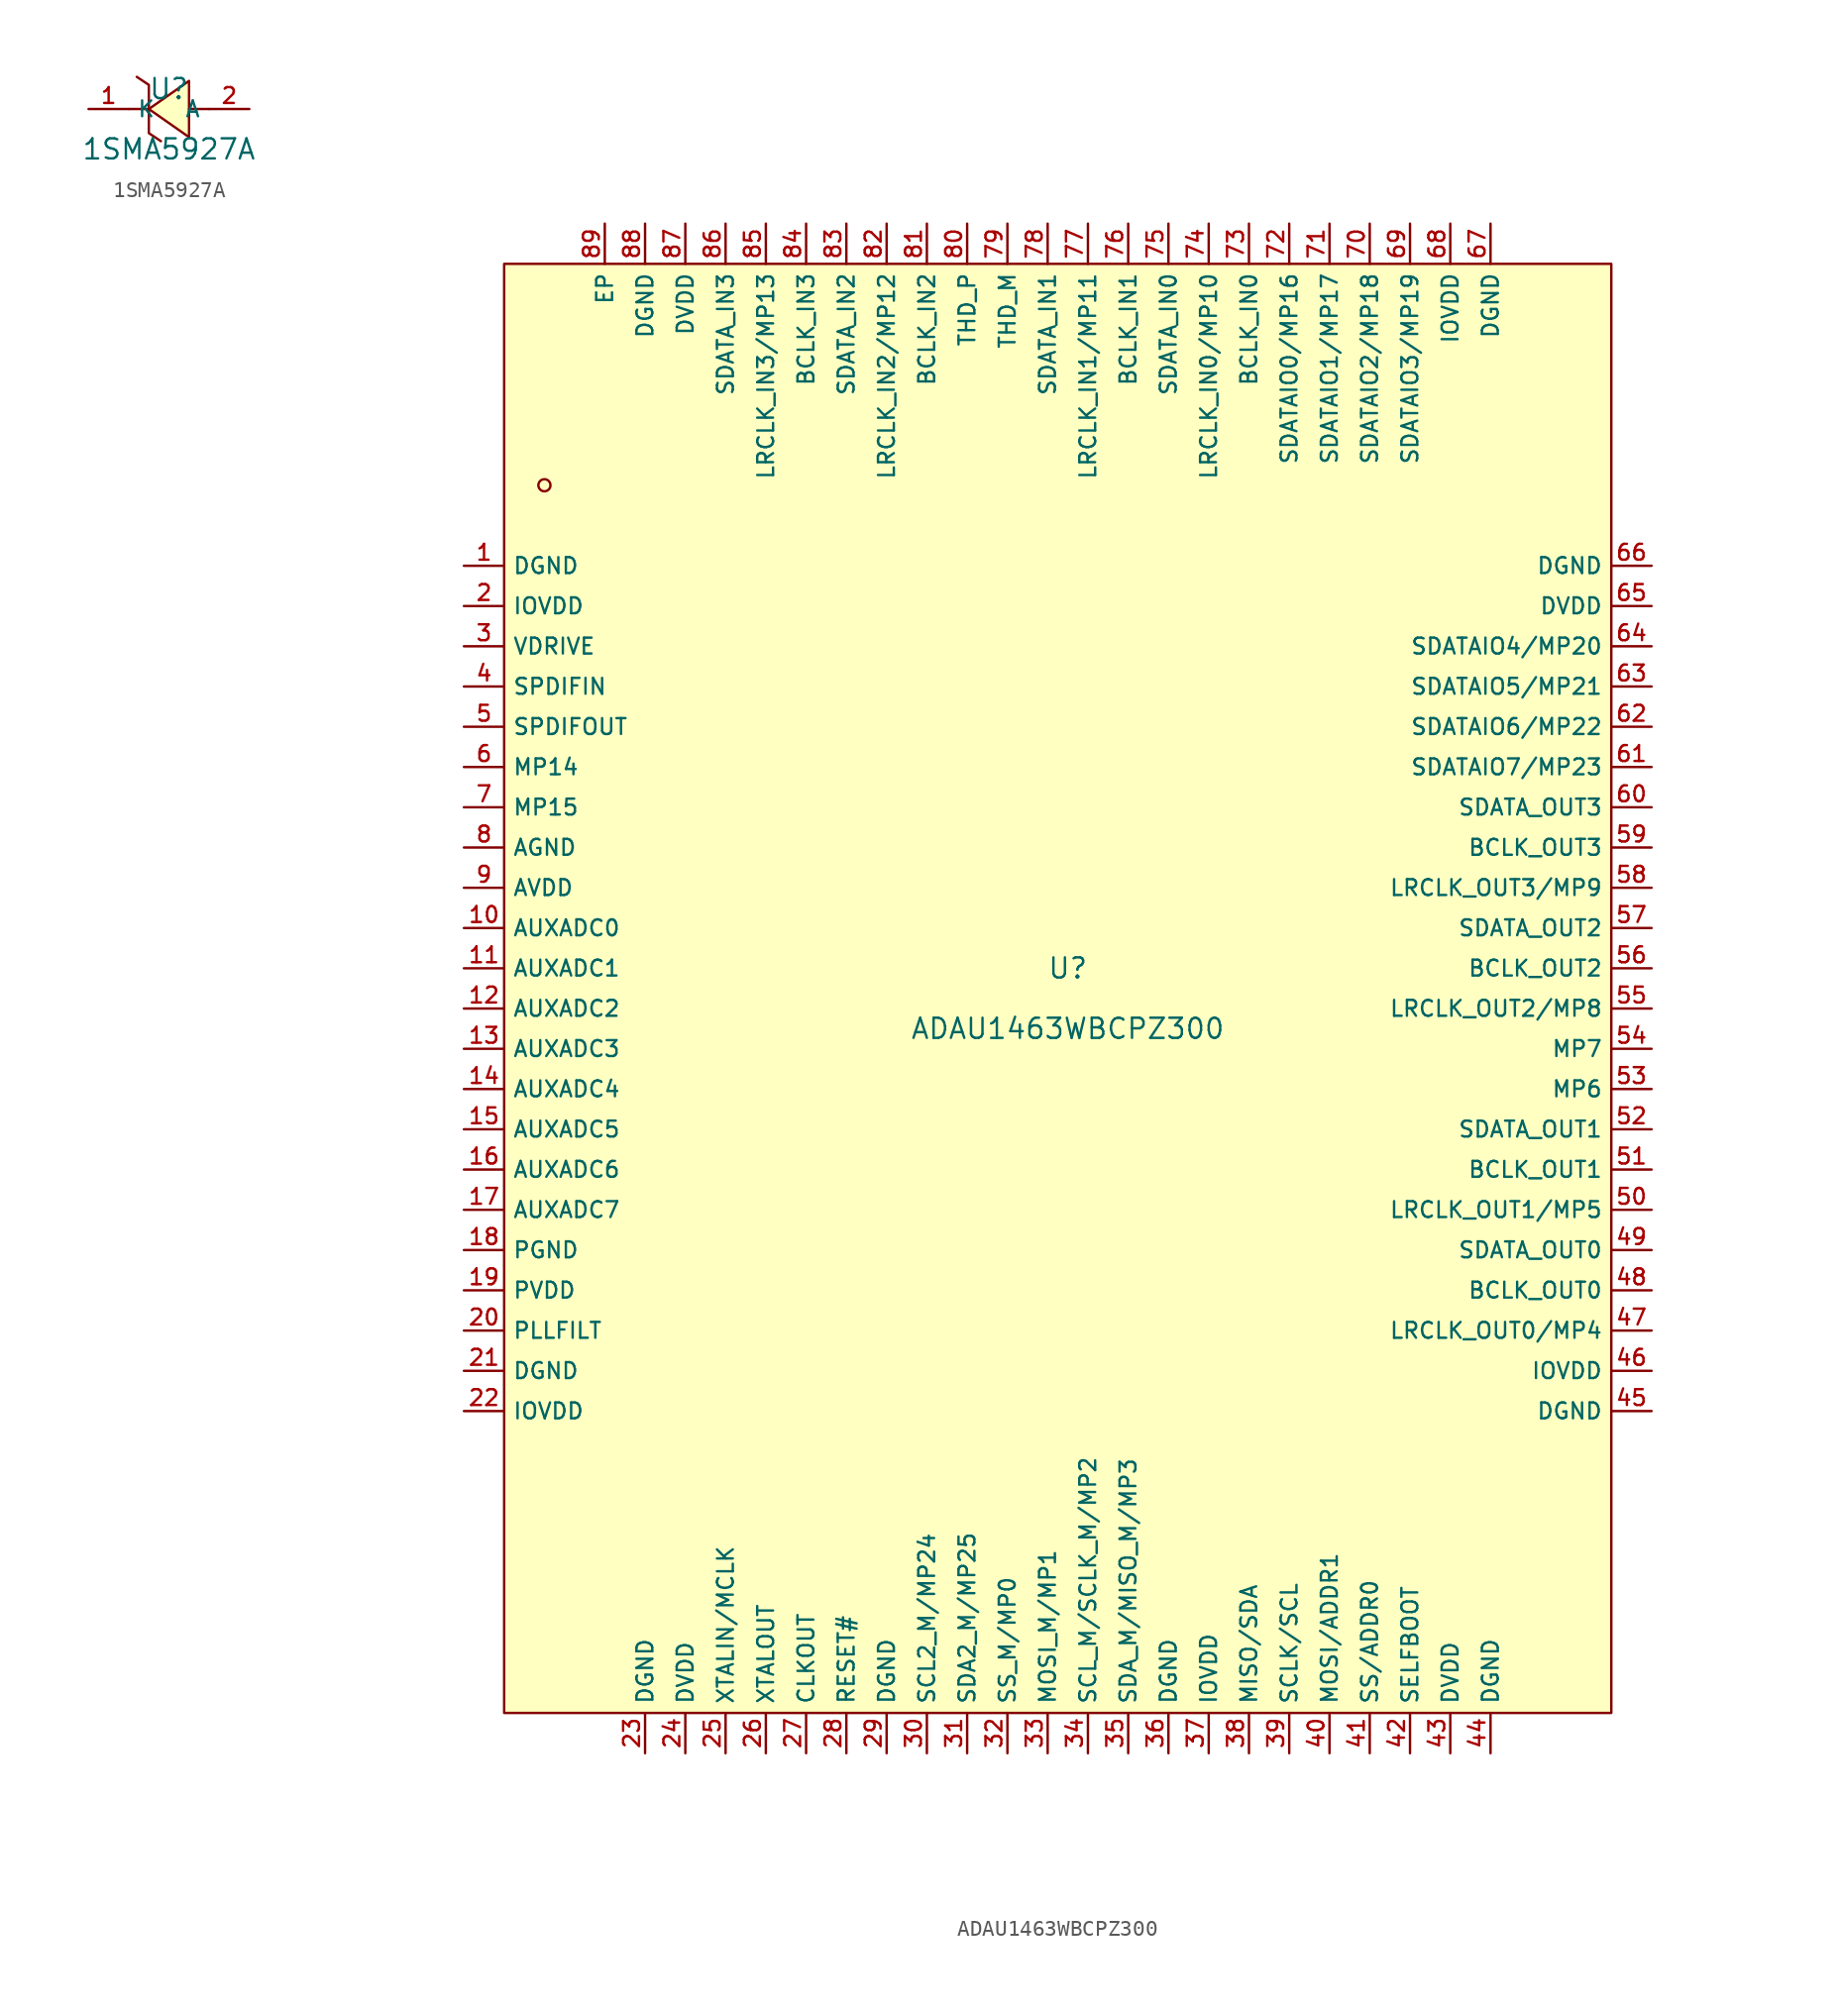
<source format=kicad_sym>
(kicad_symbol_lib
  (version 20231120)
  (generator "kicad_symbol_editor")
  (generator_version "8.0")
  (symbol "1SMA5927A"
    (property "Reference" "U"
      (at 0 1.27 0)
      (effects (font (size 1.27 1.27))))
    (property "Value" "1SMA5927A"
      (at 0 -2.54 0)
      (effects (font (size 1.27 1.27))))
    (symbol "1SMA5927A_0_1"
      (polyline (pts (xy -1.27 0) (xy -2.54 0)) (stroke (width 0) (type default)) (fill (type none)))
      (polyline (pts (xy 2.54 0) (xy 1.27 0)) (stroke (width 0) (type default)) (fill (type none)))
      (polyline (pts (xy -2.032 2.032) (xy -1.27 1.524) (xy -1.27 -1.524) (xy -0.508 -2.032)) (stroke (width 0) (type default)) (fill (type none)))
      (polyline (pts (xy 1.27 1.778) (xy -1.27 0) (xy 1.27 -1.778) (xy 1.27 1.778)) (stroke (width 0) (type default)) (fill (type background)))
      (pin unspecified line (at -5.08 0 0) (length 2.54) (name "K" (effects (font (size 1 1)))) (number "1" (effects (font (size 1 1)))))
      (pin unspecified line (at 5.08 0 180) (length 2.54) (name "A" (effects (font (size 1 1)))) (number "2" (effects (font (size 1 1)))))))
  (symbol "ADAU1463WBCPZ300"
    (property "Reference" "U"
      (at 0 1.27 0)
      (effects (font (size 1.27 1.27))))
    (property "Value" "ADAU1463WBCPZ300"
      (at 0 -2.54 0)
      (effects (font (size 1.27 1.27))))
    (symbol "ADAU1463WBCPZ300_0_1"
      (rectangle (start -35.56 45.72) (end 34.29 -45.72) (stroke (width 0) (type default)) (fill (type background)))
      (circle (center -33.02 31.75) (radius 0.381) (stroke (width 0) (type default)) (fill (type background)))
      (pin unspecified line (at -38.1 26.67 0) (length 2.54) (name "DGND" (effects (font (size 1 1)))) (number "1" (effects (font (size 1 1)))))
      (pin unspecified line (at -38.1 3.81 0) (length 2.54) (name "AUXADC0" (effects (font (size 1 1)))) (number "10" (effects (font (size 1 1)))))
      (pin unspecified line (at -38.1 1.27 0) (length 2.54) (name "AUXADC1" (effects (font (size 1 1)))) (number "11" (effects (font (size 1 1)))))
      (pin unspecified line (at -38.1 -1.27 0) (length 2.54) (name "AUXADC2" (effects (font (size 1 1)))) (number "12" (effects (font (size 1 1)))))
      (pin unspecified line (at -38.1 -3.81 0) (length 2.54) (name "AUXADC3" (effects (font (size 1 1)))) (number "13" (effects (font (size 1 1)))))
      (pin unspecified line (at -38.1 -6.35 0) (length 2.54) (name "AUXADC4" (effects (font (size 1 1)))) (number "14" (effects (font (size 1 1)))))
      (pin unspecified line (at -38.1 -8.89 0) (length 2.54) (name "AUXADC5" (effects (font (size 1 1)))) (number "15" (effects (font (size 1 1)))))
      (pin unspecified line (at -38.1 -11.43 0) (length 2.54) (name "AUXADC6" (effects (font (size 1 1)))) (number "16" (effects (font (size 1 1)))))
      (pin unspecified line (at -38.1 -13.97 0) (length 2.54) (name "AUXADC7" (effects (font (size 1 1)))) (number "17" (effects (font (size 1 1)))))
      (pin unspecified line (at -38.1 -16.51 0) (length 2.54) (name "PGND" (effects (font (size 1 1)))) (number "18" (effects (font (size 1 1)))))
      (pin unspecified line (at -38.1 -19.05 0) (length 2.54) (name "PVDD" (effects (font (size 1 1)))) (number "19" (effects (font (size 1 1)))))
      (pin unspecified line (at -38.1 24.13 0) (length 2.54) (name "IOVDD" (effects (font (size 1 1)))) (number "2" (effects (font (size 1 1)))))
      (pin unspecified line (at -38.1 -21.59 0) (length 2.54) (name "PLLFILT" (effects (font (size 1 1)))) (number "20" (effects (font (size 1 1)))))
      (pin unspecified line (at -38.1 -24.13 0) (length 2.54) (name "DGND" (effects (font (size 1 1)))) (number "21" (effects (font (size 1 1)))))
      (pin unspecified line (at -38.1 -26.67 0) (length 2.54) (name "IOVDD" (effects (font (size 1 1)))) (number "22" (effects (font (size 1 1)))))
      (pin unspecified line (at -26.67 -48.26 90) (length 2.54) (name "DGND" (effects (font (size 1 1)))) (number "23" (effects (font (size 1 1)))))
      (pin unspecified line (at -24.13 -48.26 90) (length 2.54) (name "DVDD" (effects (font (size 1 1)))) (number "24" (effects (font (size 1 1)))))
      (pin unspecified line (at -21.59 -48.26 90) (length 2.54) (name "XTALIN/MCLK" (effects (font (size 1 1)))) (number "25" (effects (font (size 1 1)))))
      (pin unspecified line (at -19.05 -48.26 90) (length 2.54) (name "XTALOUT" (effects (font (size 1 1)))) (number "26" (effects (font (size 1 1)))))
      (pin unspecified line (at -16.51 -48.26 90) (length 2.54) (name "CLKOUT" (effects (font (size 1 1)))) (number "27" (effects (font (size 1 1)))))
      (pin unspecified line (at -13.97 -48.26 90) (length 2.54) (name "RESET#" (effects (font (size 1 1)))) (number "28" (effects (font (size 1 1)))))
      (pin unspecified line (at -11.43 -48.26 90) (length 2.54) (name "DGND" (effects (font (size 1 1)))) (number "29" (effects (font (size 1 1)))))
      (pin unspecified line (at -38.1 21.59 0) (length 2.54) (name "VDRIVE" (effects (font (size 1 1)))) (number "3" (effects (font (size 1 1)))))
      (pin unspecified line (at -8.89 -48.26 90) (length 2.54) (name "SCL2_M/MP24" (effects (font (size 1 1)))) (number "30" (effects (font (size 1 1)))))
      (pin unspecified line (at -6.35 -48.26 90) (length 2.54) (name "SDA2_M/MP25" (effects (font (size 1 1)))) (number "31" (effects (font (size 1 1)))))
      (pin unspecified line (at -3.81 -48.26 90) (length 2.54) (name "SS_M/MP0" (effects (font (size 1 1)))) (number "32" (effects (font (size 1 1)))))
      (pin unspecified line (at -1.27 -48.26 90) (length 2.54) (name "MOSI_M/MP1" (effects (font (size 1 1)))) (number "33" (effects (font (size 1 1)))))
      (pin unspecified line (at 1.27 -48.26 90) (length 2.54) (name "SCL_M/SCLK_M/MP2" (effects (font (size 1 1)))) (number "34" (effects (font (size 1 1)))))
      (pin unspecified line (at 3.81 -48.26 90) (length 2.54) (name "SDA_M/MISO_M/MP3" (effects (font (size 1 1)))) (number "35" (effects (font (size 1 1)))))
      (pin unspecified line (at 6.35 -48.26 90) (length 2.54) (name "DGND" (effects (font (size 1 1)))) (number "36" (effects (font (size 1 1)))))
      (pin unspecified line (at 8.89 -48.26 90) (length 2.54) (name "IOVDD" (effects (font (size 1 1)))) (number "37" (effects (font (size 1 1)))))
      (pin unspecified line (at 11.43 -48.26 90) (length 2.54) (name "MISO/SDA" (effects (font (size 1 1)))) (number "38" (effects (font (size 1 1)))))
      (pin unspecified line (at 13.97 -48.26 90) (length 2.54) (name "SCLK/SCL" (effects (font (size 1 1)))) (number "39" (effects (font (size 1 1)))))
      (pin unspecified line (at -38.1 19.05 0) (length 2.54) (name "SPDIFIN" (effects (font (size 1 1)))) (number "4" (effects (font (size 1 1)))))
      (pin unspecified line (at 16.51 -48.26 90) (length 2.54) (name "MOSI/ADDR1" (effects (font (size 1 1)))) (number "40" (effects (font (size 1 1)))))
      (pin unspecified line (at 19.05 -48.26 90) (length 2.54) (name "SS/ADDR0" (effects (font (size 1 1)))) (number "41" (effects (font (size 1 1)))))
      (pin unspecified line (at 21.59 -48.26 90) (length 2.54) (name "SELFBOOT" (effects (font (size 1 1)))) (number "42" (effects (font (size 1 1)))))
      (pin unspecified line (at 24.13 -48.26 90) (length 2.54) (name "DVDD" (effects (font (size 1 1)))) (number "43" (effects (font (size 1 1)))))
      (pin unspecified line (at 26.67 -48.26 90) (length 2.54) (name "DGND" (effects (font (size 1 1)))) (number "44" (effects (font (size 1 1)))))
      (pin unspecified line (at 36.83 -26.67 180) (length 2.54) (name "DGND" (effects (font (size 1 1)))) (number "45" (effects (font (size 1 1)))))
      (pin unspecified line (at 36.83 -24.13 180) (length 2.54) (name "IOVDD" (effects (font (size 1 1)))) (number "46" (effects (font (size 1 1)))))
      (pin unspecified line (at 36.83 -21.59 180) (length 2.54) (name "LRCLK_OUT0/MP4" (effects (font (size 1 1)))) (number "47" (effects (font (size 1 1)))))
      (pin unspecified line (at 36.83 -19.05 180) (length 2.54) (name "BCLK_OUT0" (effects (font (size 1 1)))) (number "48" (effects (font (size 1 1)))))
      (pin unspecified line (at 36.83 -16.51 180) (length 2.54) (name "SDATA_OUT0" (effects (font (size 1 1)))) (number "49" (effects (font (size 1 1)))))
      (pin unspecified line (at -38.1 16.51 0) (length 2.54) (name "SPDIFOUT" (effects (font (size 1 1)))) (number "5" (effects (font (size 1 1)))))
      (pin unspecified line (at 36.83 -13.97 180) (length 2.54) (name "LRCLK_OUT1/MP5" (effects (font (size 1 1)))) (number "50" (effects (font (size 1 1)))))
      (pin unspecified line (at 36.83 -11.43 180) (length 2.54) (name "BCLK_OUT1" (effects (font (size 1 1)))) (number "51" (effects (font (size 1 1)))))
      (pin unspecified line (at 36.83 -8.89 180) (length 2.54) (name "SDATA_OUT1" (effects (font (size 1 1)))) (number "52" (effects (font (size 1 1)))))
      (pin unspecified line (at 36.83 -6.35 180) (length 2.54) (name "MP6" (effects (font (size 1 1)))) (number "53" (effects (font (size 1 1)))))
      (pin unspecified line (at 36.83 -3.81 180) (length 2.54) (name "MP7" (effects (font (size 1 1)))) (number "54" (effects (font (size 1 1)))))
      (pin unspecified line (at 36.83 -1.27 180) (length 2.54) (name "LRCLK_OUT2/MP8" (effects (font (size 1 1)))) (number "55" (effects (font (size 1 1)))))
      (pin unspecified line (at 36.83 1.27 180) (length 2.54) (name "BCLK_OUT2" (effects (font (size 1 1)))) (number "56" (effects (font (size 1 1)))))
      (pin unspecified line (at 36.83 3.81 180) (length 2.54) (name "SDATA_OUT2" (effects (font (size 1 1)))) (number "57" (effects (font (size 1 1)))))
      (pin unspecified line (at 36.83 6.35 180) (length 2.54) (name "LRCLK_OUT3/MP9" (effects (font (size 1 1)))) (number "58" (effects (font (size 1 1)))))
      (pin unspecified line (at 36.83 8.89 180) (length 2.54) (name "BCLK_OUT3" (effects (font (size 1 1)))) (number "59" (effects (font (size 1 1)))))
      (pin unspecified line (at -38.1 13.97 0) (length 2.54) (name "MP14" (effects (font (size 1 1)))) (number "6" (effects (font (size 1 1)))))
      (pin unspecified line (at 36.83 11.43 180) (length 2.54) (name "SDATA_OUT3" (effects (font (size 1 1)))) (number "60" (effects (font (size 1 1)))))
      (pin unspecified line (at 36.83 13.97 180) (length 2.54) (name "SDATAIO7/MP23" (effects (font (size 1 1)))) (number "61" (effects (font (size 1 1)))))
      (pin unspecified line (at 36.83 16.51 180) (length 2.54) (name "SDATAIO6/MP22" (effects (font (size 1 1)))) (number "62" (effects (font (size 1 1)))))
      (pin unspecified line (at 36.83 19.05 180) (length 2.54) (name "SDATAIO5/MP21" (effects (font (size 1 1)))) (number "63" (effects (font (size 1 1)))))
      (pin unspecified line (at 36.83 21.59 180) (length 2.54) (name "SDATAIO4/MP20" (effects (font (size 1 1)))) (number "64" (effects (font (size 1 1)))))
      (pin unspecified line (at 36.83 24.13 180) (length 2.54) (name "DVDD" (effects (font (size 1 1)))) (number "65" (effects (font (size 1 1)))))
      (pin unspecified line (at 36.83 26.67 180) (length 2.54) (name "DGND" (effects (font (size 1 1)))) (number "66" (effects (font (size 1 1)))))
      (pin unspecified line (at 26.67 48.26 270) (length 2.54) (name "DGND" (effects (font (size 1 1)))) (number "67" (effects (font (size 1 1)))))
      (pin unspecified line (at 24.13 48.26 270) (length 2.54) (name "IOVDD" (effects (font (size 1 1)))) (number "68" (effects (font (size 1 1)))))
      (pin unspecified line (at 21.59 48.26 270) (length 2.54) (name "SDATAIO3/MP19" (effects (font (size 1 1)))) (number "69" (effects (font (size 1 1)))))
      (pin unspecified line (at -38.1 11.43 0) (length 2.54) (name "MP15" (effects (font (size 1 1)))) (number "7" (effects (font (size 1 1)))))
      (pin unspecified line (at 19.05 48.26 270) (length 2.54) (name "SDATAIO2/MP18" (effects (font (size 1 1)))) (number "70" (effects (font (size 1 1)))))
      (pin unspecified line (at 16.51 48.26 270) (length 2.54) (name "SDATAIO1/MP17" (effects (font (size 1 1)))) (number "71" (effects (font (size 1 1)))))
      (pin unspecified line (at 13.97 48.26 270) (length 2.54) (name "SDATAIO0/MP16" (effects (font (size 1 1)))) (number "72" (effects (font (size 1 1)))))
      (pin unspecified line (at 11.43 48.26 270) (length 2.54) (name "BCLK_IN0" (effects (font (size 1 1)))) (number "73" (effects (font (size 1 1)))))
      (pin unspecified line (at 8.89 48.26 270) (length 2.54) (name "LRCLK_IN0/MP10" (effects (font (size 1 1)))) (number "74" (effects (font (size 1 1)))))
      (pin unspecified line (at 6.35 48.26 270) (length 2.54) (name "SDATA_IN0" (effects (font (size 1 1)))) (number "75" (effects (font (size 1 1)))))
      (pin unspecified line (at 3.81 48.26 270) (length 2.54) (name "BCLK_IN1" (effects (font (size 1 1)))) (number "76" (effects (font (size 1 1)))))
      (pin unspecified line (at 1.27 48.26 270) (length 2.54) (name "LRCLK_IN1/MP11" (effects (font (size 1 1)))) (number "77" (effects (font (size 1 1)))))
      (pin unspecified line (at -1.27 48.26 270) (length 2.54) (name "SDATA_IN1" (effects (font (size 1 1)))) (number "78" (effects (font (size 1 1)))))
      (pin unspecified line (at -3.81 48.26 270) (length 2.54) (name "THD_M" (effects (font (size 1 1)))) (number "79" (effects (font (size 1 1)))))
      (pin unspecified line (at -38.1 8.89 0) (length 2.54) (name "AGND" (effects (font (size 1 1)))) (number "8" (effects (font (size 1 1)))))
      (pin unspecified line (at -6.35 48.26 270) (length 2.54) (name "THD_P" (effects (font (size 1 1)))) (number "80" (effects (font (size 1 1)))))
      (pin unspecified line (at -8.89 48.26 270) (length 2.54) (name "BCLK_IN2" (effects (font (size 1 1)))) (number "81" (effects (font (size 1 1)))))
      (pin unspecified line (at -11.43 48.26 270) (length 2.54) (name "LRCLK_IN2/MP12" (effects (font (size 1 1)))) (number "82" (effects (font (size 1 1)))))
      (pin unspecified line (at -13.97 48.26 270) (length 2.54) (name "SDATA_IN2" (effects (font (size 1 1)))) (number "83" (effects (font (size 1 1)))))
      (pin unspecified line (at -16.51 48.26 270) (length 2.54) (name "BCLK_IN3" (effects (font (size 1 1)))) (number "84" (effects (font (size 1 1)))))
      (pin unspecified line (at -19.05 48.26 270) (length 2.54) (name "LRCLK_IN3/MP13" (effects (font (size 1 1)))) (number "85" (effects (font (size 1 1)))))
      (pin unspecified line (at -21.59 48.26 270) (length 2.54) (name "SDATA_IN3" (effects (font (size 1 1)))) (number "86" (effects (font (size 1 1)))))
      (pin unspecified line (at -24.13 48.26 270) (length 2.54) (name "DVDD" (effects (font (size 1 1)))) (number "87" (effects (font (size 1 1)))))
      (pin unspecified line (at -26.67 48.26 270) (length 2.54) (name "DGND" (effects (font (size 1 1)))) (number "88" (effects (font (size 1 1)))))
      (pin unspecified line (at -29.21 48.26 270) (length 2.54) (name "EP" (effects (font (size 1 1)))) (number "89" (effects (font (size 1 1)))))
      (pin unspecified line (at -38.1 6.35 0) (length 2.54) (name "AVDD" (effects (font (size 1 1)))) (number "9" (effects (font (size 1 1))))))))
</source>
